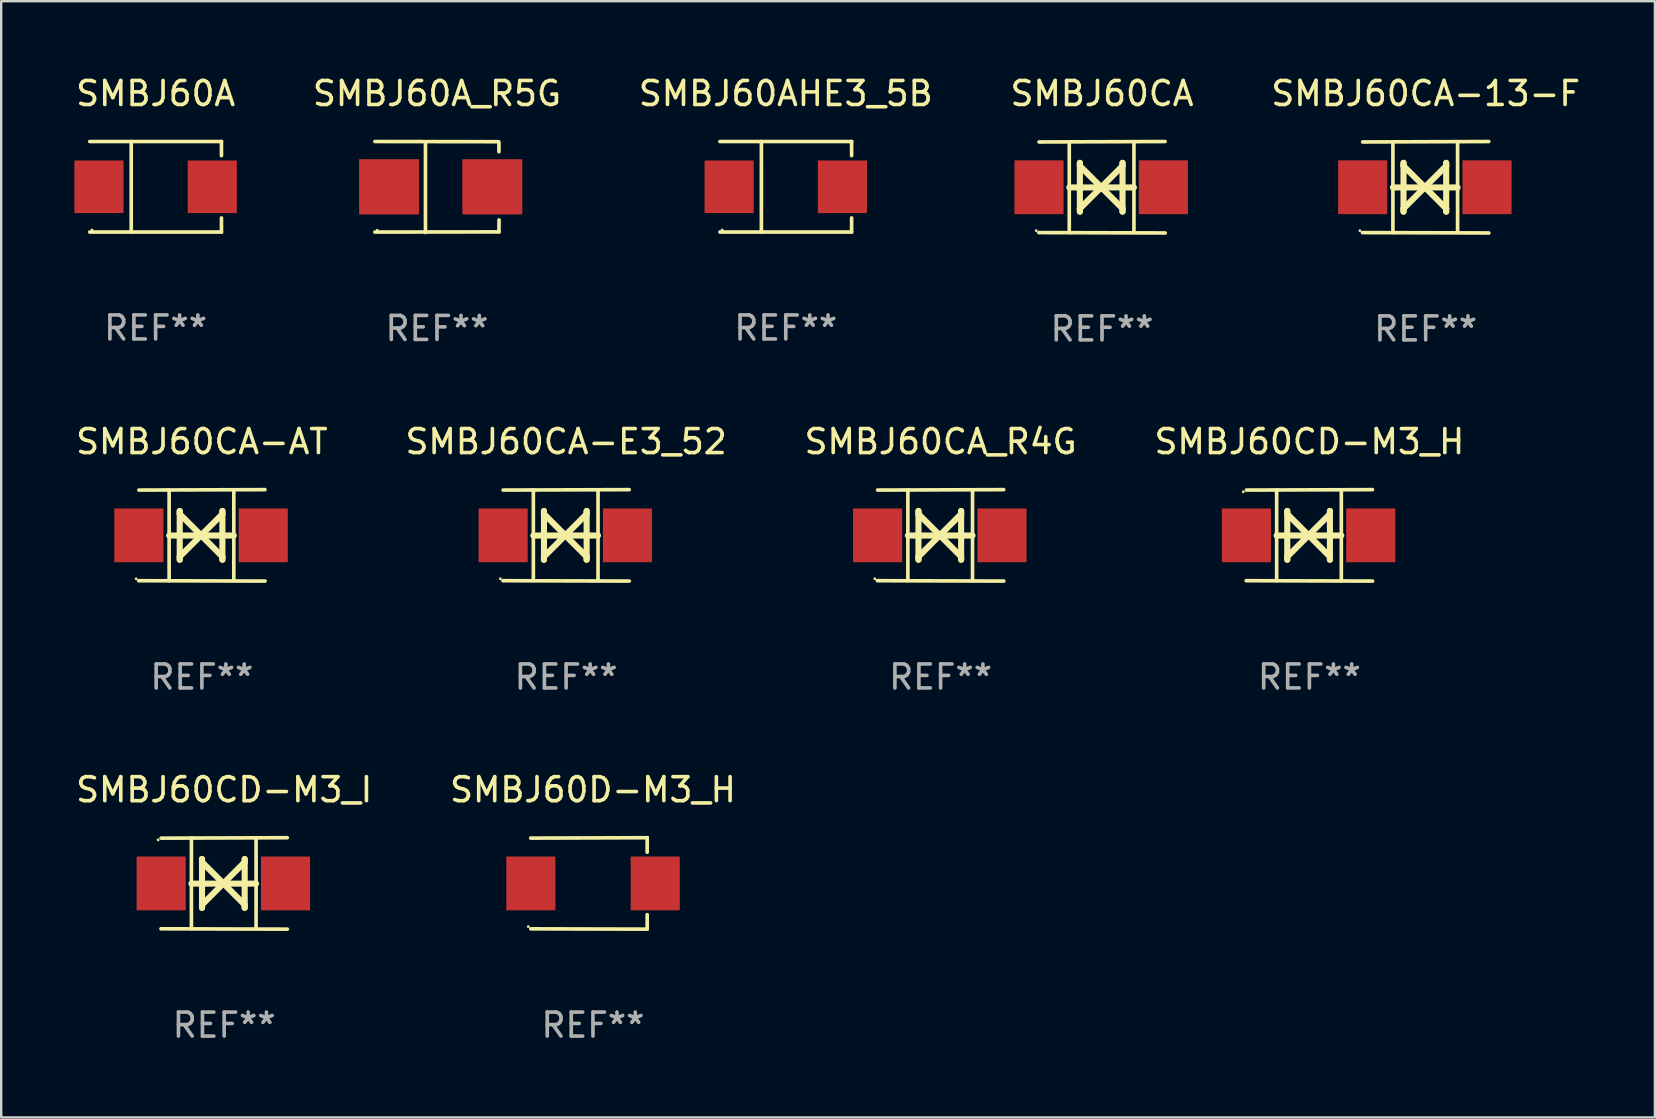
<source format=kicad_pcb>
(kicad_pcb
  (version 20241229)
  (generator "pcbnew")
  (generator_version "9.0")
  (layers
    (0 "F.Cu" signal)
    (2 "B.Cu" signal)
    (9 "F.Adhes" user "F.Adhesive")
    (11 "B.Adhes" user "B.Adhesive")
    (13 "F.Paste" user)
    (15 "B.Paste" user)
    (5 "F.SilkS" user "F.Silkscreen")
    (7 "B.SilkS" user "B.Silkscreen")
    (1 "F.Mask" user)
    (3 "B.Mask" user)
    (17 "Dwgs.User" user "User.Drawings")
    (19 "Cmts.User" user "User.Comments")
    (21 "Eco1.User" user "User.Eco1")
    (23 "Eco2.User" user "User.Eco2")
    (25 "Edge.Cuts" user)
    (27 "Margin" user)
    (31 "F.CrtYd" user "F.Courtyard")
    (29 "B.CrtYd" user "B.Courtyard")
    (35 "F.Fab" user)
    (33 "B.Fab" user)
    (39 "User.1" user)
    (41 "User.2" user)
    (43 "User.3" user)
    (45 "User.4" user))
  (footprint "SMBJ60CA-13-F"
    (layer "F.Cu")
    (at 56.363 4.753)
    (property "Reference" "SMBJ60CA-13-F" (at 0 -3.905 0) (layer "F.SilkS") (effects (font (size 1 1) (thickness 0.15))))
    (attr through_hole)
    (fp_line (start -1.365 1.886) (end -1.365 -1.886) (stroke (width 0.152) (type solid)) (layer "F.SilkS"))
    (fp_line (start -1.365 0.008) (end 1.33 0.008) (stroke (width 0.254) (type solid)) (layer "F.SilkS"))
    (fp_line (start -0.923 -1.016) (end -0.923 1.016) (stroke (width 0.254) (type solid)) (layer "F.SilkS"))
    (fp_line (start -0.923 -0.889) (end -0.923 -1.016) (stroke (width 0.254) (type solid)) (layer "F.SilkS"))
    (fp_line (start -0.923 0.889) (end -0.034 0) (stroke (width 0.254) (type solid)) (layer "F.SilkS"))
    (fp_line (start -0.923 1.016) (end -0.923 0.889) (stroke (width 0.254) (type solid)) (layer "F.SilkS"))
    (fp_line (start -0.034 0) (end -0.923 -0.889) (stroke (width 0.254) (type solid)) (layer "F.SilkS"))
    (fp_line (start -0.034 0) (end 0.855 0.889) (stroke (width 0.254) (type solid)) (layer "F.SilkS"))
    (fp_line (start 0.855 -1.016) (end 0.855 -0.889) (stroke (width 0.254) (type solid)) (layer "F.SilkS"))
    (fp_line (start 0.855 -0.889) (end -0.034 0) (stroke (width 0.254) (type solid)) (layer "F.SilkS"))
    (fp_line (start 0.855 0.889) (end 0.855 1.016) (stroke (width 0.254) (type solid)) (layer "F.SilkS"))
    (fp_line (start 0.855 1.016) (end 0.855 -1.016) (stroke (width 0.254) (type solid)) (layer "F.SilkS"))
    (fp_line (start 1.33 1.886) (end 1.33 -1.886) (stroke (width 0.152) (type solid)) (layer "F.SilkS"))
    (fp_line (start 2.629 -1.905) (end -2.625 -1.887) (stroke (width 0.152) (type solid)) (layer "F.SilkS"))
    (fp_line (start 2.633 1.905) (end -2.633 1.89) (stroke (width 0.152) (type solid)) (layer "F.SilkS"))
    (fp_circle (center -2.741 1.81) (end -2.711 1.81) (stroke (width 0.06) (type solid)) (fill no) (layer "F.SilkS"))
    (fp_text user "REF**" (at 0 5.905 0) (layer "F.Fab") (effects (font (size 1 1) (thickness 0.15))))
    (pad "1" smd rect (at -2.625 0) (size 2.047 2.241) (layers "F.Cu" "F.Mask" "F.Paste"))
    (pad "2" smd rect (at 2.557 0) (size 2.047 2.241) (layers "F.Cu" "F.Mask" "F.Paste")))
  (footprint "SMBJ60CD-M3_H"
    (layer "F.Cu")
    (at 51.518 19.26)
    (property "Reference" "SMBJ60CD-M3_H" (at 0 -3.905 0) (layer "F.SilkS") (effects (font (size 1 1) (thickness 0.15))))
    (attr through_hole)
    (fp_line (start -1.365 1.886) (end -1.365 -1.886) (stroke (width 0.152) (type solid)) (layer "F.SilkS"))
    (fp_line (start -1.365 0.008) (end 1.33 0.008) (stroke (width 0.254) (type solid)) (layer "F.SilkS"))
    (fp_line (start -0.923 -1.016) (end -0.923 1.016) (stroke (width 0.254) (type solid)) (layer "F.SilkS"))
    (fp_line (start -0.923 -0.889) (end -0.923 -1.016) (stroke (width 0.254) (type solid)) (layer "F.SilkS"))
    (fp_line (start -0.923 0.889) (end -0.034 0) (stroke (width 0.254) (type solid)) (layer "F.SilkS"))
    (fp_line (start -0.923 1.016) (end -0.923 0.889) (stroke (width 0.254) (type solid)) (layer "F.SilkS"))
    (fp_line (start -0.034 0) (end -0.923 -0.889) (stroke (width 0.254) (type solid)) (layer "F.SilkS"))
    (fp_line (start -0.034 0) (end 0.855 0.889) (stroke (width 0.254) (type solid)) (layer "F.SilkS"))
    (fp_line (start 0.855 -1.016) (end 0.855 -0.889) (stroke (width 0.254) (type solid)) (layer "F.SilkS"))
    (fp_line (start 0.855 -0.889) (end -0.034 0) (stroke (width 0.254) (type solid)) (layer "F.SilkS"))
    (fp_line (start 0.855 0.889) (end 0.855 1.016) (stroke (width 0.254) (type solid)) (layer "F.SilkS"))
    (fp_line (start 0.855 1.016) (end 0.855 -1.016) (stroke (width 0.254) (type solid)) (layer "F.SilkS"))
    (fp_line (start 1.33 1.886) (end 1.33 -1.886) (stroke (width 0.152) (type solid)) (layer "F.SilkS"))
    (fp_line (start 2.629 -1.905) (end -2.625 -1.887) (stroke (width 0.152) (type solid)) (layer "F.SilkS"))
    (fp_line (start 2.633 1.905) (end -2.633 1.89) (stroke (width 0.152) (type solid)) (layer "F.SilkS"))
    (fp_circle (center -2.753 -1.816) (end -2.723 -1.816) (stroke (width 0.06) (type solid)) (fill no) (layer "F.SilkS"))
    (fp_text user "REF**" (at 0 5.905 0) (layer "F.Fab") (effects (font (size 1 1) (thickness 0.15))))
    (pad "1" smd rect (at -2.625 0) (size 2.047 2.241) (layers "F.Cu" "F.Mask" "F.Paste"))
    (pad "2" smd rect (at 2.557 0) (size 2.047 2.241) (layers "F.Cu" "F.Mask" "F.Paste")))
  (footprint "SMBJ60A_R5G"
    (layer "F.Cu")
    (at 15.161 4.744)
    (property "Reference" "SMBJ60A_R5G" (at 0 -3.896 0) (layer "F.SilkS") (effects (font (size 1 1) (thickness 0.15))))
    (attr through_hole)
    (fp_line (start -2.588 -1.896) (end 2.568 -1.889) (stroke (width 0.152) (type solid)) (layer "F.SilkS"))
    (fp_line (start -2.588 1.877) (end 2.588 1.87) (stroke (width 0.152) (type solid)) (layer "F.SilkS"))
    (fp_line (start -0.48 1.896) (end -0.48 -1.871) (stroke (width 0.152) (type solid)) (layer "F.SilkS"))
    (fp_line (start 2.579 -1.849) (end 2.582 -1.472) (stroke (width 0.152) (type solid)) (layer "F.SilkS"))
    (fp_line (start 2.579 1.867) (end 2.587 1.372) (stroke (width 0.152) (type solid)) (layer "F.SilkS"))
    (fp_circle (center -2.492 1.801) (end -2.462 1.801) (stroke (width 0.06) (type solid)) (fill no) (layer "F.SilkS"))
    (fp_text user "REF**" (at 0 5.896 0) (layer "F.Fab") (effects (font (size 1 1) (thickness 0.15))))
    (pad "1" smd rect (at -1.995 -0.009) (size 2.5 2.3) (layers "F.Cu" "F.Mask" "F.Paste"))
    (pad "2" smd rect (at 2.305 -0.009) (size 2.5 2.3) (layers "F.Cu" "F.Mask" "F.Paste")))
  (footprint "SMBJ60CD-M3_I"
    (layer "F.Cu")
    (at 6.292 33.766)
    (property "Reference" "SMBJ60CD-M3_I" (at 0 -3.905 0) (layer "F.SilkS") (effects (font (size 1 1) (thickness 0.15))))
    (attr through_hole)
    (fp_line (start -1.365 1.886) (end -1.365 -1.886) (stroke (width 0.152) (type solid)) (layer "F.SilkS"))
    (fp_line (start -1.365 0.008) (end 1.33 0.008) (stroke (width 0.254) (type solid)) (layer "F.SilkS"))
    (fp_line (start -0.923 -1.016) (end -0.923 1.016) (stroke (width 0.254) (type solid)) (layer "F.SilkS"))
    (fp_line (start -0.923 -0.889) (end -0.923 -1.016) (stroke (width 0.254) (type solid)) (layer "F.SilkS"))
    (fp_line (start -0.923 0.889) (end -0.034 0) (stroke (width 0.254) (type solid)) (layer "F.SilkS"))
    (fp_line (start -0.923 1.016) (end -0.923 0.889) (stroke (width 0.254) (type solid)) (layer "F.SilkS"))
    (fp_line (start -0.034 0) (end -0.923 -0.889) (stroke (width 0.254) (type solid)) (layer "F.SilkS"))
    (fp_line (start -0.034 0) (end 0.855 0.889) (stroke (width 0.254) (type solid)) (layer "F.SilkS"))
    (fp_line (start 0.855 -1.016) (end 0.855 -0.889) (stroke (width 0.254) (type solid)) (layer "F.SilkS"))
    (fp_line (start 0.855 -0.889) (end -0.034 0) (stroke (width 0.254) (type solid)) (layer "F.SilkS"))
    (fp_line (start 0.855 0.889) (end 0.855 1.016) (stroke (width 0.254) (type solid)) (layer "F.SilkS"))
    (fp_line (start 0.855 1.016) (end 0.855 -1.016) (stroke (width 0.254) (type solid)) (layer "F.SilkS"))
    (fp_line (start 1.33 1.886) (end 1.33 -1.886) (stroke (width 0.152) (type solid)) (layer "F.SilkS"))
    (fp_line (start 2.629 -1.905) (end -2.625 -1.887) (stroke (width 0.152) (type solid)) (layer "F.SilkS"))
    (fp_line (start 2.633 1.905) (end -2.633 1.89) (stroke (width 0.152) (type solid)) (layer "F.SilkS"))
    (fp_circle (center -2.753 -1.816) (end -2.723 -1.816) (stroke (width 0.06) (type solid)) (fill no) (layer "F.SilkS"))
    (fp_text user "REF**" (at 0 5.905 0) (layer "F.Fab") (effects (font (size 1 1) (thickness 0.15))))
    (pad "1" smd rect (at -2.625 0) (size 2.047 2.241) (layers "F.Cu" "F.Mask" "F.Paste"))
    (pad "2" smd rect (at 2.557 0) (size 2.047 2.241) (layers "F.Cu" "F.Mask" "F.Paste")))
  (footprint "SMBJ60D-M3_H"
    (layer "F.Cu")
    (at 21.661 33.766)
    (property "Reference" "SMBJ60D-M3_H" (at 0 -3.905 0) (layer "F.SilkS") (effects (font (size 1 1) (thickness 0.15))))
    (attr through_hole)
    (fp_line (start 2.256 -1.905) (end -2.594 -1.889) (stroke (width 0.152) (type solid)) (layer "F.SilkS"))
    (fp_line (start 2.256 -1.905) (end 2.26 -1.905) (stroke (width 0.152) (type solid)) (layer "F.SilkS"))
    (fp_line (start 2.26 -1.905) (end 2.26 -1.301) (stroke (width 0.152) (type solid)) (layer "F.SilkS"))
    (fp_line (start 2.26 1.301) (end 2.26 1.905) (stroke (width 0.152) (type solid)) (layer "F.SilkS"))
    (fp_line (start 2.26 1.905) (end -2.59 1.892) (stroke (width 0.152) (type solid)) (layer "F.SilkS"))
    (fp_circle (center -2.697 1.8) (end -2.667 1.8) (stroke (width 0.06) (type solid)) (fill no) (layer "F.SilkS"))
    (fp_text user "REF**" (at 0 5.905 0) (layer "F.Fab") (effects (font (size 1 1) (thickness 0.15))))
    (pad "1" smd rect (at -2.588 0) (size 2.047 2.241) (layers "F.Cu" "F.Mask" "F.Paste"))
    (pad "2" smd rect (at 2.594 0) (size 2.047 2.241) (layers "F.Cu" "F.Mask" "F.Paste")))
  (footprint "SMBJ60CA-E3_52"
    (layer "F.Cu")
    (at 20.542 19.26)
    (property "Reference" "SMBJ60CA-E3_52" (at 0 -3.905 0) (layer "F.SilkS") (effects (font (size 1 1) (thickness 0.15))))
    (attr through_hole)
    (fp_line (start -1.365 1.886) (end -1.365 -1.886) (stroke (width 0.152) (type solid)) (layer "F.SilkS"))
    (fp_line (start -1.365 0.008) (end 1.33 0.008) (stroke (width 0.254) (type solid)) (layer "F.SilkS"))
    (fp_line (start -0.923 -1.016) (end -0.923 1.016) (stroke (width 0.254) (type solid)) (layer "F.SilkS"))
    (fp_line (start -0.923 -0.889) (end -0.923 -1.016) (stroke (width 0.254) (type solid)) (layer "F.SilkS"))
    (fp_line (start -0.923 0.889) (end -0.034 0) (stroke (width 0.254) (type solid)) (layer "F.SilkS"))
    (fp_line (start -0.923 1.016) (end -0.923 0.889) (stroke (width 0.254) (type solid)) (layer "F.SilkS"))
    (fp_line (start -0.034 0) (end -0.923 -0.889) (stroke (width 0.254) (type solid)) (layer "F.SilkS"))
    (fp_line (start -0.034 0) (end 0.855 0.889) (stroke (width 0.254) (type solid)) (layer "F.SilkS"))
    (fp_line (start 0.855 -1.016) (end 0.855 -0.889) (stroke (width 0.254) (type solid)) (layer "F.SilkS"))
    (fp_line (start 0.855 -0.889) (end -0.034 0) (stroke (width 0.254) (type solid)) (layer "F.SilkS"))
    (fp_line (start 0.855 0.889) (end 0.855 1.016) (stroke (width 0.254) (type solid)) (layer "F.SilkS"))
    (fp_line (start 0.855 1.016) (end 0.855 -1.016) (stroke (width 0.254) (type solid)) (layer "F.SilkS"))
    (fp_line (start 1.33 1.886) (end 1.33 -1.886) (stroke (width 0.152) (type solid)) (layer "F.SilkS"))
    (fp_line (start 2.629 -1.905) (end -2.625 -1.887) (stroke (width 0.152) (type solid)) (layer "F.SilkS"))
    (fp_line (start 2.633 1.905) (end -2.633 1.89) (stroke (width 0.152) (type solid)) (layer "F.SilkS"))
    (fp_circle (center -2.741 1.81) (end -2.711 1.81) (stroke (width 0.06) (type solid)) (fill no) (layer "F.SilkS"))
    (fp_text user "REF**" (at 0 5.905 0) (layer "F.Fab") (effects (font (size 1 1) (thickness 0.15))))
    (pad "1" smd rect (at -2.625 0) (size 2.047 2.241) (layers "F.Cu" "F.Mask" "F.Paste"))
    (pad "2" smd rect (at 2.557 0) (size 2.047 2.241) (layers "F.Cu" "F.Mask" "F.Paste")))
  (footprint "SMBJ60CA-AT"
    (layer "F.Cu")
    (at 5.363 19.26)
    (property "Reference" "SMBJ60CA-AT" (at 0 -3.905 0) (layer "F.SilkS") (effects (font (size 1 1) (thickness 0.15))))
    (attr through_hole)
    (fp_line (start -1.365 1.886) (end -1.365 -1.886) (stroke (width 0.152) (type solid)) (layer "F.SilkS"))
    (fp_line (start -1.365 0.008) (end 1.33 0.008) (stroke (width 0.254) (type solid)) (layer "F.SilkS"))
    (fp_line (start -0.923 -1.016) (end -0.923 1.016) (stroke (width 0.254) (type solid)) (layer "F.SilkS"))
    (fp_line (start -0.923 -0.889) (end -0.923 -1.016) (stroke (width 0.254) (type solid)) (layer "F.SilkS"))
    (fp_line (start -0.923 0.889) (end -0.034 0) (stroke (width 0.254) (type solid)) (layer "F.SilkS"))
    (fp_line (start -0.923 1.016) (end -0.923 0.889) (stroke (width 0.254) (type solid)) (layer "F.SilkS"))
    (fp_line (start -0.034 0) (end -0.923 -0.889) (stroke (width 0.254) (type solid)) (layer "F.SilkS"))
    (fp_line (start -0.034 0) (end 0.855 0.889) (stroke (width 0.254) (type solid)) (layer "F.SilkS"))
    (fp_line (start 0.855 -1.016) (end 0.855 -0.889) (stroke (width 0.254) (type solid)) (layer "F.SilkS"))
    (fp_line (start 0.855 -0.889) (end -0.034 0) (stroke (width 0.254) (type solid)) (layer "F.SilkS"))
    (fp_line (start 0.855 0.889) (end 0.855 1.016) (stroke (width 0.254) (type solid)) (layer "F.SilkS"))
    (fp_line (start 0.855 1.016) (end 0.855 -1.016) (stroke (width 0.254) (type solid)) (layer "F.SilkS"))
    (fp_line (start 1.33 1.886) (end 1.33 -1.886) (stroke (width 0.152) (type solid)) (layer "F.SilkS"))
    (fp_line (start 2.629 -1.905) (end -2.625 -1.887) (stroke (width 0.152) (type solid)) (layer "F.SilkS"))
    (fp_line (start 2.633 1.905) (end -2.633 1.89) (stroke (width 0.152) (type solid)) (layer "F.SilkS"))
    (fp_circle (center -2.741 1.81) (end -2.711 1.81) (stroke (width 0.06) (type solid)) (fill no) (layer "F.SilkS"))
    (fp_text user "REF**" (at 0 5.905 0) (layer "F.Fab") (effects (font (size 1 1) (thickness 0.15))))
    (pad "1" smd rect (at -2.625 0) (size 2.047 2.241) (layers "F.Cu" "F.Mask" "F.Paste"))
    (pad "2" smd rect (at 2.557 0) (size 2.047 2.241) (layers "F.Cu" "F.Mask" "F.Paste")))
  (footprint "SMBJ60AHE3_5B"
    (layer "F.Cu")
    (at 29.696 4.734)
    (property "Reference" "SMBJ60AHE3_5B" (at 0 -3.886 0) (layer "F.SilkS") (effects (font (size 1 1) (thickness 0.15))))
    (attr through_hole)
    (fp_line (start -2.744 -1.886) (end 2.744 -1.886) (stroke (width 0.152) (type solid)) (layer "F.SilkS"))
    (fp_line (start -2.744 1.886) (end 2.744 1.886) (stroke (width 0.152) (type solid)) (layer "F.SilkS"))
    (fp_line (start -1.016 -1.886) (end -1.016 1.886) (stroke (width 0.152) (type solid)) (layer "F.SilkS"))
    (fp_line (start 2.744 -1.886) (end 2.744 -1.299) (stroke (width 0.152) (type solid)) (layer "F.SilkS"))
    (fp_line (start 2.744 1.886) (end 2.744 1.299) (stroke (width 0.152) (type solid)) (layer "F.SilkS"))
    (fp_circle (center -2.65 1.8) (end -2.62 1.8) (stroke (width 0.06) (type solid)) (fill no) (layer "F.SilkS"))
    (fp_text user "REF**" (at 0 5.886 0) (layer "F.Fab") (effects (font (size 1 1) (thickness 0.15))))
    (pad "1" smd rect (at -2.361 0) (size 2.047 2.192) (layers "F.Cu" "F.Mask" "F.Paste"))
    (pad "2" smd rect (at 2.361 0) (size 2.047 2.192) (layers "F.Cu" "F.Mask" "F.Paste")))
  (footprint "SMBJ60CA_R4G"
    (layer "F.Cu")
    (at 36.149 19.26)
    (property "Reference" "SMBJ60CA_R4G" (at 0 -3.905 0) (layer "F.SilkS") (effects (font (size 1 1) (thickness 0.15))))
    (attr through_hole)
    (fp_line (start -1.365 1.886) (end -1.365 -1.886) (stroke (width 0.152) (type solid)) (layer "F.SilkS"))
    (fp_line (start -1.365 0.008) (end 1.33 0.008) (stroke (width 0.254) (type solid)) (layer "F.SilkS"))
    (fp_line (start -0.923 -1.016) (end -0.923 1.016) (stroke (width 0.254) (type solid)) (layer "F.SilkS"))
    (fp_line (start -0.923 -0.889) (end -0.923 -1.016) (stroke (width 0.254) (type solid)) (layer "F.SilkS"))
    (fp_line (start -0.923 0.889) (end -0.034 0) (stroke (width 0.254) (type solid)) (layer "F.SilkS"))
    (fp_line (start -0.923 1.016) (end -0.923 0.889) (stroke (width 0.254) (type solid)) (layer "F.SilkS"))
    (fp_line (start -0.034 0) (end -0.923 -0.889) (stroke (width 0.254) (type solid)) (layer "F.SilkS"))
    (fp_line (start -0.034 0) (end 0.855 0.889) (stroke (width 0.254) (type solid)) (layer "F.SilkS"))
    (fp_line (start 0.855 -1.016) (end 0.855 -0.889) (stroke (width 0.254) (type solid)) (layer "F.SilkS"))
    (fp_line (start 0.855 -0.889) (end -0.034 0) (stroke (width 0.254) (type solid)) (layer "F.SilkS"))
    (fp_line (start 0.855 0.889) (end 0.855 1.016) (stroke (width 0.254) (type solid)) (layer "F.SilkS"))
    (fp_line (start 0.855 1.016) (end 0.855 -1.016) (stroke (width 0.254) (type solid)) (layer "F.SilkS"))
    (fp_line (start 1.33 1.886) (end 1.33 -1.886) (stroke (width 0.152) (type solid)) (layer "F.SilkS"))
    (fp_line (start 2.629 -1.905) (end -2.625 -1.887) (stroke (width 0.152) (type solid)) (layer "F.SilkS"))
    (fp_line (start 2.633 1.905) (end -2.633 1.89) (stroke (width 0.152) (type solid)) (layer "F.SilkS"))
    (fp_circle (center -2.741 1.81) (end -2.711 1.81) (stroke (width 0.06) (type solid)) (fill no) (layer "F.SilkS"))
    (fp_text user "REF**" (at 0 5.905 0) (layer "F.Fab") (effects (font (size 1 1) (thickness 0.15))))
    (pad "1" smd rect (at -2.625 0) (size 2.047 2.241) (layers "F.Cu" "F.Mask" "F.Paste"))
    (pad "2" smd rect (at 2.557 0) (size 2.047 2.241) (layers "F.Cu" "F.Mask" "F.Paste")))
  (footprint "SMBJ60CA"
    (layer "F.Cu")
    (at 42.875 4.753)
    (property "Reference" "SMBJ60CA" (at 0 -3.905 0) (layer "F.SilkS") (effects (font (size 1 1) (thickness 0.15))))
    (attr through_hole)
    (fp_line (start -1.365 1.886) (end -1.365 -1.886) (stroke (width 0.152) (type solid)) (layer "F.SilkS"))
    (fp_line (start -1.365 0.008) (end 1.33 0.008) (stroke (width 0.254) (type solid)) (layer "F.SilkS"))
    (fp_line (start -0.923 -1.016) (end -0.923 1.016) (stroke (width 0.254) (type solid)) (layer "F.SilkS"))
    (fp_line (start -0.923 -0.889) (end -0.923 -1.016) (stroke (width 0.254) (type solid)) (layer "F.SilkS"))
    (fp_line (start -0.923 0.889) (end -0.034 0) (stroke (width 0.254) (type solid)) (layer "F.SilkS"))
    (fp_line (start -0.923 1.016) (end -0.923 0.889) (stroke (width 0.254) (type solid)) (layer "F.SilkS"))
    (fp_line (start -0.034 0) (end -0.923 -0.889) (stroke (width 0.254) (type solid)) (layer "F.SilkS"))
    (fp_line (start -0.034 0) (end 0.855 0.889) (stroke (width 0.254) (type solid)) (layer "F.SilkS"))
    (fp_line (start 0.855 -1.016) (end 0.855 -0.889) (stroke (width 0.254) (type solid)) (layer "F.SilkS"))
    (fp_line (start 0.855 -0.889) (end -0.034 0) (stroke (width 0.254) (type solid)) (layer "F.SilkS"))
    (fp_line (start 0.855 0.889) (end 0.855 1.016) (stroke (width 0.254) (type solid)) (layer "F.SilkS"))
    (fp_line (start 0.855 1.016) (end 0.855 -1.016) (stroke (width 0.254) (type solid)) (layer "F.SilkS"))
    (fp_line (start 1.33 1.886) (end 1.33 -1.886) (stroke (width 0.152) (type solid)) (layer "F.SilkS"))
    (fp_line (start 2.629 -1.905) (end -2.625 -1.887) (stroke (width 0.152) (type solid)) (layer "F.SilkS"))
    (fp_line (start 2.633 1.905) (end -2.633 1.89) (stroke (width 0.152) (type solid)) (layer "F.SilkS"))
    (fp_circle (center -2.741 1.81) (end -2.711 1.81) (stroke (width 0.06) (type solid)) (fill no) (layer "F.SilkS"))
    (fp_text user "REF**" (at 0 5.905 0) (layer "F.Fab") (effects (font (size 1 1) (thickness 0.15))))
    (pad "1" smd rect (at -2.625 0) (size 2.047 2.241) (layers "F.Cu" "F.Mask" "F.Paste"))
    (pad "2" smd rect (at 2.557 0) (size 2.047 2.241) (layers "F.Cu" "F.Mask" "F.Paste")))
  (footprint "SMBJ60A"
    (layer "F.Cu")
    (at 3.435 4.734)
    (property "Reference" "SMBJ60A" (at 0 -3.886 0) (layer "F.SilkS") (effects (font (size 1 1) (thickness 0.15))))
    (attr through_hole)
    (fp_line (start -2.744 -1.886) (end 2.744 -1.886) (stroke (width 0.152) (type solid)) (layer "F.SilkS"))
    (fp_line (start -2.744 1.886) (end 2.744 1.886) (stroke (width 0.152) (type solid)) (layer "F.SilkS"))
    (fp_line (start -1.016 -1.886) (end -1.016 1.886) (stroke (width 0.152) (type solid)) (layer "F.SilkS"))
    (fp_line (start 2.744 -1.886) (end 2.744 -1.299) (stroke (width 0.152) (type solid)) (layer "F.SilkS"))
    (fp_line (start 2.744 1.886) (end 2.744 1.299) (stroke (width 0.152) (type solid)) (layer "F.SilkS"))
    (fp_circle (center -2.65 1.8) (end -2.62 1.8) (stroke (width 0.06) (type solid)) (fill no) (layer "F.SilkS"))
    (fp_text user "REF**" (at 0 5.886 0) (layer "F.Fab") (effects (font (size 1 1) (thickness 0.15))))
    (pad "1" smd rect (at -2.361 0) (size 2.047 2.192) (layers "F.Cu" "F.Mask" "F.Paste"))
    (pad "2" smd rect (at 2.361 0) (size 2.047 2.192) (layers "F.Cu" "F.Mask" "F.Paste")))
  (gr_rect
    (start -3 -3)
    (end 65.917 43.52)
    (stroke (width 0.1) (type default))
    (fill no)
    (layer "Edge.Cuts")))
</source>
